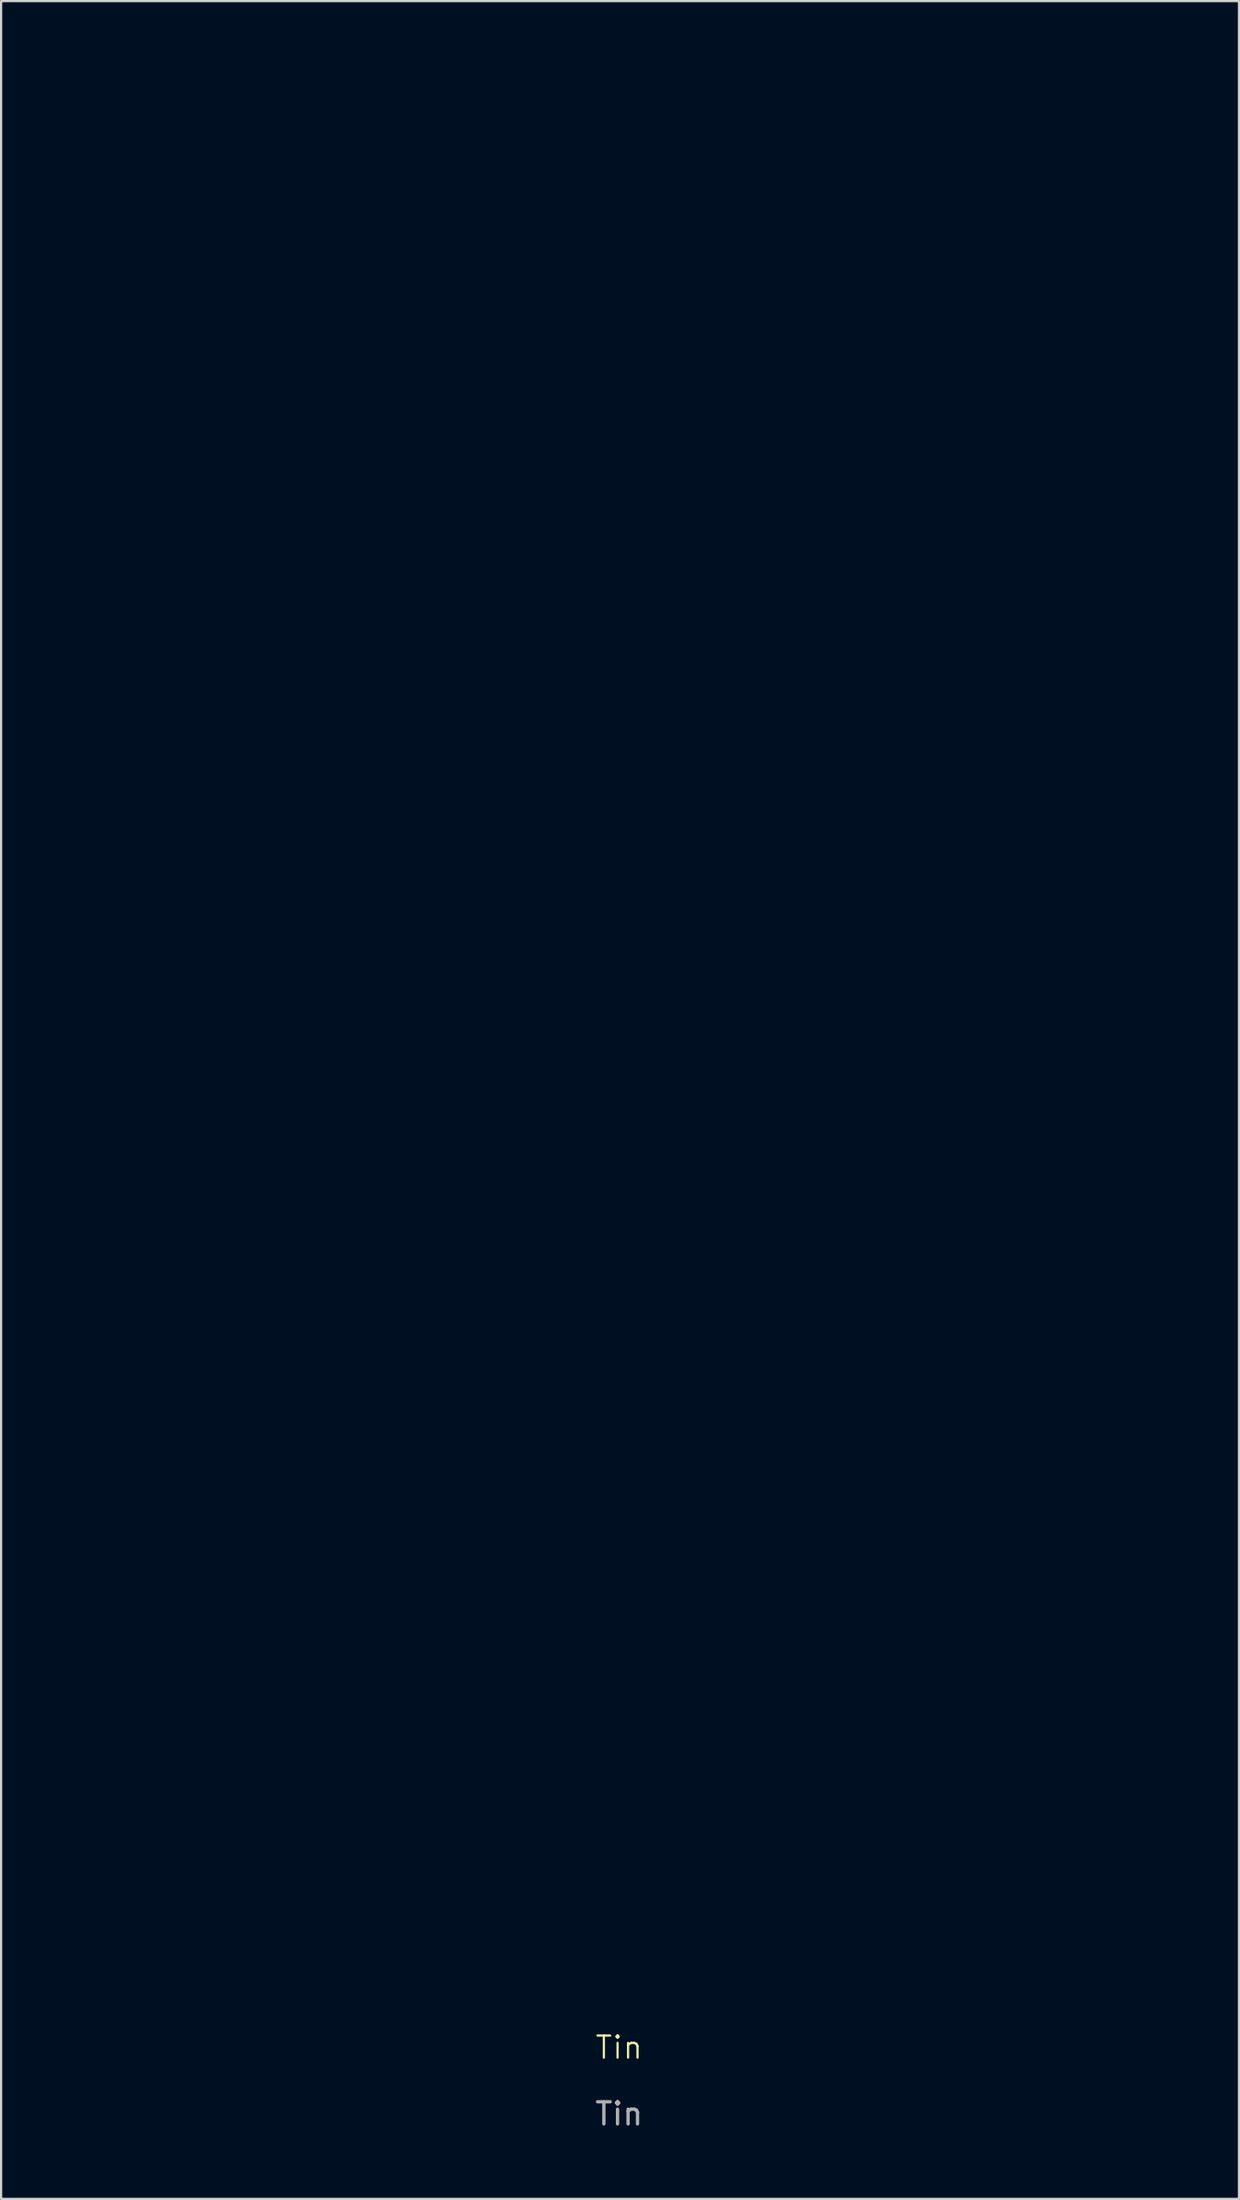
<source format=kicad_pcb>
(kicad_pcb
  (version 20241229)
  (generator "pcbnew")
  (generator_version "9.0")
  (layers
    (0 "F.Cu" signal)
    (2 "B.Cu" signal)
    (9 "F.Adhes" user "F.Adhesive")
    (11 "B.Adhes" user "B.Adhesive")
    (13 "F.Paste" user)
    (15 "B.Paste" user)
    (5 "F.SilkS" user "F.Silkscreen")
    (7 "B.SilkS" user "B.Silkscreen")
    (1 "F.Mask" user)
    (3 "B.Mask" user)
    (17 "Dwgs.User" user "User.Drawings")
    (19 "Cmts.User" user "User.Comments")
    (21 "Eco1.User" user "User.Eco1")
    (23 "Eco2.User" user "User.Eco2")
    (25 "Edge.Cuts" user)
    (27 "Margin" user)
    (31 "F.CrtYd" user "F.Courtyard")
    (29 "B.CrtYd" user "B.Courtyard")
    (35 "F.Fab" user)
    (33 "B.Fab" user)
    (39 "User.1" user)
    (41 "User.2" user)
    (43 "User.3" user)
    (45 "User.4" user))
  (footprint "Tin"
    (layer "F.Cu")
    (at 24.977 90.068)
    (property "Reference" "Tin" (at 0 -0.5 0) (unlocked yes) (layer "F.SilkS") (effects (font (size 1 1) (thickness 0.1))))
    (attr smd)
    (fp_poly (pts (xy -13.72 -90.055) (xy -13.56 -89.937) (xy -13.53 -89.906) (xy -13.502 -89.859) (xy -13.476 -89.786) (xy -13.45 -89.676) (xy -13.424 -89.52) (xy -13.397 -89.306) (xy -13.368 -89.024) (xy -13.336 -88.664) (xy -13.301 -88.215) (xy -13.26 -87.667) (xy -13.214 -87.01) (xy -13.162 -86.232) (xy -13.102 -85.324) (xy -13.034 -84.275) (xy -12.957 -83.075) (xy -12.898 -82.152) (xy -12.826 -81.032) (xy -12.757 -79.963) (xy -12.692 -78.955) (xy -12.631 -78.02) (xy -12.574 -77.171) (xy -12.524 -76.42) (xy -12.481 -75.777) (xy -12.445 -75.255) (xy -12.417 -74.867) (xy -12.398 -74.623) (xy -12.39 -74.535) (xy -12.389 -74.535) (xy -12.378 -74.621) (xy -12.353 -74.86) (xy -12.315 -75.239) (xy -12.265 -75.744) (xy -12.206 -76.358) (xy -12.138 -77.068) (xy -12.062 -77.86) (xy -11.982 -78.718) (xy -11.897 -79.628) (xy -11.892 -79.675) (xy -11.793 -80.736) (xy -11.708 -81.642) (xy -11.634 -82.405) (xy -11.571 -83.037) (xy -11.517 -83.552) (xy -11.47 -83.961) (xy -11.429 -84.279) (xy -11.393 -84.517) (xy -11.359 -84.688) (xy -11.326 -84.806) (xy -11.293 -84.882) (xy -11.257 -84.93) (xy -11.244 -84.942) (xy -11.078 -85.064) (xy -10.952 -85.07) (xy -10.802 -84.979) (xy -10.761 -84.928) (xy -10.719 -84.827) (xy -10.674 -84.661) (xy -10.624 -84.415) (xy -10.567 -84.076) (xy -10.5 -83.626) (xy -10.42 -83.053) (xy -10.325 -82.341) (xy -10.217 -81.513) (xy -10.121 -80.782) (xy -10.032 -80.106) (xy -9.952 -79.505) (xy -9.883 -78.995) (xy -9.826 -78.593) (xy -9.786 -78.318) (xy -9.764 -78.188) (xy -9.761 -78.179) (xy -9.743 -78.265) (xy -9.701 -78.499) (xy -9.638 -78.864) (xy -9.557 -79.341) (xy -9.462 -79.912) (xy -9.355 -80.558) (xy -9.239 -81.261) (xy -9.222 -81.37) (xy -9.103 -82.085) (xy -8.99 -82.749) (xy -8.885 -83.343) (xy -8.792 -83.848) (xy -8.714 -84.246) (xy -8.656 -84.516) (xy -8.62 -84.641) (xy -8.617 -84.645) (xy -8.448 -84.737) (xy -8.231 -84.734) (xy -8.056 -84.639) (xy -8.052 -84.634) (xy -8.019 -84.526) (xy -7.967 -84.27) (xy -7.9 -83.883) (xy -7.821 -83.387) (xy -7.732 -82.8) (xy -7.637 -82.14) (xy -7.538 -81.429) (xy -7.528 -81.353) (xy -7.431 -80.637) (xy -7.338 -79.971) (xy -7.254 -79.374) (xy -7.181 -78.866) (xy -7.121 -78.466) (xy -7.078 -78.193) (xy -7.054 -78.067) (xy -7.053 -78.063) (xy -7.023 -78.105) (xy -6.966 -78.292) (xy -6.887 -78.604) (xy -6.792 -79.018) (xy -6.685 -79.514) (xy -6.613 -79.859) (xy -6.473 -80.539) (xy -6.355 -81.069) (xy -6.254 -81.464) (xy -6.162 -81.741) (xy -6.072 -81.916) (xy -5.979 -82.005) (xy -5.875 -82.024) (xy -5.753 -81.99) (xy -5.727 -81.978) (xy -5.63 -81.91) (xy -5.537 -81.779) (xy -5.433 -81.561) (xy -5.307 -81.23) (xy -5.163 -80.808) (xy -5.003 -80.35) (xy -4.876 -80.033) (xy -4.786 -79.865) (xy -4.739 -79.85) (xy -4.688 -79.964) (xy -4.587 -80.208) (xy -4.447 -80.555) (xy -4.279 -80.977) (xy -4.111 -81.402) (xy -3.926 -81.869) (xy -3.756 -82.284) (xy -3.613 -82.621) (xy -3.509 -82.852) (xy -3.458 -82.948) (xy -3.278 -83.049) (xy -3.06 -83.032) (xy -2.877 -82.904) (xy -2.851 -82.868) (xy -2.79 -82.727) (xy -2.691 -82.454) (xy -2.565 -82.079) (xy -2.421 -81.63) (xy -2.282 -81.177) (xy -2.137 -80.707) (xy -2.007 -80.302) (xy -1.898 -79.987) (xy -1.821 -79.786) (xy -1.783 -79.723) (xy -1.783 -79.723) (xy -1.754 -79.815) (xy -1.697 -80.051) (xy -1.617 -80.41) (xy -1.517 -80.87) (xy -1.404 -81.409) (xy -1.281 -82.005) (xy -1.27 -82.061) (xy -1.128 -82.754) (xy -1.012 -83.299) (xy -0.917 -83.715) (xy -0.84 -84.018) (xy -0.774 -84.229) (xy -0.714 -84.365) (xy -0.657 -84.444) (xy -0.626 -84.469) (xy -0.476 -84.54) (xy -0.343 -84.497) (xy -0.262 -84.436) (xy -0.21 -84.386) (xy -0.167 -84.317) (xy -0.128 -84.209) (xy -0.092 -84.045) (xy -0.055 -83.808) (xy -0.016 -83.48) (xy 0.029 -83.044) (xy 0.081 -82.481) (xy 0.144 -81.773) (xy 0.173 -81.449) (xy 0.232 -80.774) (xy 0.287 -80.154) (xy 0.335 -79.609) (xy 0.376 -79.159) (xy 0.406 -78.823) (xy 0.425 -78.621) (xy 0.43 -78.571) (xy 0.446 -78.641) (xy 0.488 -78.858) (xy 0.551 -79.205) (xy 0.633 -79.662) (xy 0.73 -80.211) (xy 0.839 -80.831) (xy 0.924 -81.322) (xy 1.066 -82.143) (xy 1.183 -82.813) (xy 1.278 -83.348) (xy 1.355 -83.763) (xy 1.418 -84.074) (xy 1.471 -84.296) (xy 1.518 -84.445) (xy 1.562 -84.538) (xy 1.608 -84.588) (xy 1.659 -84.613) (xy 1.719 -84.628) (xy 1.744 -84.634) (xy 1.858 -84.656) (xy 1.953 -84.65) (xy 2.032 -84.598) (xy 2.101 -84.487) (xy 2.162 -84.3) (xy 2.221 -84.022) (xy 2.28 -83.637) (xy 2.345 -83.129) (xy 2.419 -82.483) (xy 2.501 -81.739) (xy 2.572 -81.075) (xy 2.638 -80.458) (xy 2.696 -79.913) (xy 2.744 -79.459) (xy 2.779 -79.119) (xy 2.8 -78.914) (xy 2.804 -78.867) (xy 2.811 -78.794) (xy 2.823 -78.778) (xy 2.841 -78.831) (xy 2.868 -78.966) (xy 2.906 -79.199) (xy 2.957 -79.54) (xy 3.022 -80.005) (xy 3.105 -80.605) (xy 3.208 -81.355) (xy 3.254 -81.693) (xy 3.371 -82.542) (xy 3.473 -83.232) (xy 3.559 -83.769) (xy 3.632 -84.162) (xy 3.693 -84.42) (xy 3.743 -84.549) (xy 3.753 -84.561) (xy 3.929 -84.64) (xy 4.141 -84.623) (xy 4.309 -84.523) (xy 4.345 -84.463) (xy 4.366 -84.355) (xy 4.405 -84.097) (xy 4.46 -83.71) (xy 4.528 -83.213) (xy 4.607 -82.624) (xy 4.693 -81.964) (xy 4.785 -81.251) (xy 4.796 -81.165) (xy 4.887 -80.454) (xy 4.972 -79.799) (xy 5.049 -79.219) (xy 5.114 -78.732) (xy 5.166 -78.355) (xy 5.202 -78.108) (xy 5.22 -78.008) (xy 5.221 -78.006) (xy 5.241 -78.091) (xy 5.288 -78.322) (xy 5.356 -78.677) (xy 5.443 -79.135) (xy 5.545 -79.675) (xy 5.656 -80.275) (xy 5.678 -80.394) (xy 5.796 -81.015) (xy 5.91 -81.588) (xy 6.015 -82.091) (xy 6.107 -82.5) (xy 6.18 -82.792) (xy 6.23 -82.944) (xy 6.235 -82.952) (xy 6.383 -83.097) (xy 6.519 -83.143) (xy 6.643 -83.114) (xy 6.749 -83.013) (xy 6.845 -82.823) (xy 6.938 -82.523) (xy 7.036 -82.093) (xy 7.146 -81.516) (xy 7.151 -81.492) (xy 7.233 -81.04) (xy 7.308 -80.642) (xy 7.369 -80.33) (xy 7.41 -80.136) (xy 7.42 -80.095) (xy 7.46 -80.119) (xy 7.537 -80.279) (xy 7.64 -80.549) (xy 7.757 -80.899) (xy 7.936 -81.459) (xy 8.075 -81.878) (xy 8.183 -82.177) (xy 8.27 -82.378) (xy 8.343 -82.5) (xy 8.412 -82.567) (xy 8.469 -82.593) (xy 8.644 -82.619) (xy 8.786 -82.561) (xy 8.909 -82.398) (xy 9.025 -82.112) (xy 9.149 -81.683) (xy 9.187 -81.533) (xy 9.281 -81.166) (xy 9.362 -80.871) (xy 9.421 -80.681) (xy 9.449 -80.625) (xy 9.474 -80.712) (xy 9.529 -80.942) (xy 9.609 -81.292) (xy 9.709 -81.738) (xy 9.823 -82.257) (xy 9.906 -82.639) (xy 10.054 -83.31) (xy 10.175 -83.831) (xy 10.275 -84.22) (xy 10.359 -84.493) (xy 10.431 -84.668) (xy 10.496 -84.761) (xy 10.501 -84.765) (xy 10.71 -84.86) (xy 10.914 -84.829) (xy 11.049 -84.681) (xy 11.049 -84.679) (xy 11.067 -84.572) (xy 11.099 -84.321) (xy 11.141 -83.951) (xy 11.192 -83.486) (xy 11.248 -82.952) (xy 11.308 -82.372) (xy 11.369 -81.771) (xy 11.429 -81.175) (xy 11.484 -80.608) (xy 11.532 -80.094) (xy 11.571 -79.658) (xy 11.599 -79.326) (xy 11.61 -79.163) (xy 11.624 -79.035) (xy 11.645 -79.068) (xy 11.656 -79.121) (xy 11.671 -79.234) (xy 11.7 -79.5) (xy 11.743 -79.904) (xy 11.797 -80.431) (xy 11.862 -81.065) (xy 11.935 -81.79) (xy 12.016 -82.592) (xy 12.102 -83.454) (xy 12.183 -84.262) (xy 12.3 -85.434) (xy 12.407 -86.46) (xy 12.502 -87.337) (xy 12.585 -88.062) (xy 12.655 -88.63) (xy 12.713 -89.039) (xy 12.757 -89.286) (xy 12.783 -89.363) (xy 12.96 -89.471) (xy 13.18 -89.481) (xy 13.355 -89.392) (xy 13.359 -89.387) (xy 13.379 -89.288) (xy 13.411 -89.033) (xy 13.454 -88.635) (xy 13.507 -88.105) (xy 13.568 -87.458) (xy 13.636 -86.705) (xy 13.71 -85.859) (xy 13.79 -84.934) (xy 13.873 -83.941) (xy 13.959 -82.893) (xy 14.007 -82.296) (xy 14.093 -81.224) (xy 14.176 -80.201) (xy 14.254 -79.24) (xy 14.326 -78.351) (xy 14.392 -77.549) (xy 14.45 -76.846) (xy 14.499 -76.254) (xy 14.539 -75.787) (xy 14.568 -75.456) (xy 14.584 -75.274) (xy 14.588 -75.242) (xy 14.598 -75.312) (xy 14.619 -75.538) (xy 14.65 -75.907) (xy 14.691 -76.404) (xy 14.741 -77.017) (xy 14.797 -77.732) (xy 14.86 -78.536) (xy 14.928 -79.417) (xy 15 -80.359) (xy 15.054 -81.084) (xy 15.141 -82.228) (xy 15.216 -83.215) (xy 15.281 -84.057) (xy 15.338 -84.766) (xy 15.387 -85.354) (xy 15.429 -85.833) (xy 15.467 -86.214) (xy 15.5 -86.509) (xy 15.531 -86.731) (xy 15.56 -86.891) (xy 15.59 -87.001) (xy 15.62 -87.074) (xy 15.652 -87.121) (xy 15.676 -87.143) (xy 15.844 -87.265) (xy 15.97 -87.272) (xy 16.122 -87.18) (xy 16.156 -87.142) (xy 16.187 -87.073) (xy 16.217 -86.959) (xy 16.247 -86.787) (xy 16.277 -86.543) (xy 16.31 -86.215) (xy 16.347 -85.788) (xy 16.388 -85.251) (xy 16.436 -84.589) (xy 16.491 -83.79) (xy 16.555 -82.839) (xy 16.581 -82.46) (xy 16.638 -81.6) (xy 16.693 -80.796) (xy 16.745 -80.065) (xy 16.791 -79.419) (xy 16.832 -78.874) (xy 16.865 -78.445) (xy 16.89 -78.147) (xy 16.906 -77.994) (xy 16.911 -77.978) (xy 16.929 -78.096) (xy 16.965 -78.356) (xy 17.017 -78.732) (xy 17.08 -79.196) (xy 17.15 -79.724) (xy 17.181 -79.95) (xy 17.257 -80.496) (xy 17.334 -80.989) (xy 17.405 -81.403) (xy 17.467 -81.712) (xy 17.515 -81.89) (xy 17.529 -81.919) (xy 17.715 -82.032) (xy 17.927 -81.996) (xy 18.054 -81.894) (xy 18.122 -81.758) (xy 18.212 -81.492) (xy 18.313 -81.134) (xy 18.415 -80.721) (xy 18.427 -80.666) (xy 18.52 -80.265) (xy 18.603 -79.932) (xy 18.668 -79.696) (xy 18.707 -79.59) (xy 18.711 -79.587) (xy 18.771 -79.655) (xy 18.879 -79.831) (xy 18.965 -79.989) (xy 19.177 -80.391) (xy 21.759 -80.416) (xy 22.423 -80.421) (xy 23.047 -80.422) (xy 23.607 -80.419) (xy 24.08 -80.414) (xy 24.44 -80.405) (xy 24.663 -80.394) (xy 24.701 -80.39) (xy 25.061 -80.338) (xy 25.061 -79.954) (xy 25.061 -79.569) (xy 22.373 -79.631) (xy 19.685 -79.692) (xy 19.305 -78.915) (xy 19.083 -78.478) (xy 18.907 -78.18) (xy 18.759 -78.002) (xy 18.624 -77.924) (xy 18.485 -77.927) (xy 18.463 -77.934) (xy 18.331 -78) (xy 18.231 -78.122) (xy 18.147 -78.333) (xy 18.064 -78.667) (xy 18.031 -78.821) (xy 17.972 -79.083) (xy 17.924 -79.251) (xy 17.896 -79.288) (xy 17.896 -79.287) (xy 17.88 -79.186) (xy 17.846 -78.938) (xy 17.795 -78.562) (xy 17.731 -78.08) (xy 17.657 -77.512) (xy 17.575 -76.877) (xy 17.521 -76.454) (xy 17.421 -75.698) (xy 17.327 -75.028) (xy 17.24 -74.46) (xy 17.165 -74.009) (xy 17.102 -73.693) (xy 17.056 -73.526) (xy 17.049 -73.512) (xy 16.905 -73.368) (xy 16.775 -73.321) (xy 16.685 -73.326) (xy 16.608 -73.35) (xy 16.543 -73.407) (xy 16.487 -73.511) (xy 16.438 -73.677) (xy 16.393 -73.917) (xy 16.351 -74.247) (xy 16.309 -74.68) (xy 16.265 -75.231) (xy 16.216 -75.913) (xy 16.161 -76.741) (xy 16.119 -77.385) (xy 16.069 -78.158) (xy 16.02 -78.869) (xy 15.976 -79.504) (xy 15.936 -80.047) (xy 15.903 -80.481) (xy 15.877 -80.791) (xy 15.859 -80.96) (xy 15.852 -80.984) (xy 15.842 -80.872) (xy 15.82 -80.605) (xy 15.788 -80.2) (xy 15.746 -79.669) (xy 15.696 -79.028) (xy 15.639 -78.291) (xy 15.576 -77.474) (xy 15.508 -76.59) (xy 15.436 -75.654) (xy 15.413 -75.353) (xy 15.341 -74.405) (xy 15.27 -73.505) (xy 15.203 -72.667) (xy 15.141 -71.906) (xy 15.085 -71.236) (xy 15.036 -70.673) (xy 14.996 -70.23) (xy 14.965 -69.922) (xy 14.945 -69.764) (xy 14.942 -69.747) (xy 14.805 -69.588) (xy 14.603 -69.535) (xy 14.402 -69.59) (xy 14.268 -69.748) (xy 14.254 -69.852) (xy 14.227 -70.112) (xy 14.188 -70.516) (xy 14.14 -71.051) (xy 14.082 -71.704) (xy 14.017 -72.464) (xy 13.945 -73.318) (xy 13.866 -74.252) (xy 13.784 -75.255) (xy 13.697 -76.315) (xy 13.632 -77.117) (xy 13.544 -78.206) (xy 13.459 -79.246) (xy 13.379 -80.225) (xy 13.304 -81.129) (xy 13.236 -81.948) (xy 13.175 -82.669) (xy 13.123 -83.279) (xy 13.08 -83.767) (xy 13.048 -84.119) (xy 13.028 -84.324) (xy 13.021 -84.374) (xy 13.008 -84.297) (xy 12.979 -84.067) (xy 12.938 -83.697) (xy 12.884 -83.203) (xy 12.82 -82.599) (xy 12.747 -81.899) (xy 12.667 -81.119) (xy 12.582 -80.273) (xy 12.502 -79.477) (xy 12.411 -78.58) (xy 12.323 -77.731) (xy 12.239 -76.947) (xy 12.16 -76.242) (xy 12.09 -75.632) (xy 12.029 -75.132) (xy 11.979 -74.757) (xy 11.942 -74.523) (xy 11.922 -74.445) (xy 11.75 -74.351) (xy 11.53 -74.355) (xy 11.354 -74.454) (xy 11.351 -74.457) (xy 11.32 -74.569) (xy 11.276 -74.837) (xy 11.221 -75.246) (xy 11.157 -75.783) (xy 11.085 -76.434) (xy 11.008 -77.187) (xy 10.926 -78.026) (xy 10.917 -78.119) (xy 10.845 -78.877) (xy 10.777 -79.583) (xy 10.715 -80.219) (xy 10.661 -80.767) (xy 10.616 -81.21) (xy 10.583 -81.529) (xy 10.563 -81.706) (xy 10.558 -81.736) (xy 10.533 -81.682) (xy 10.481 -81.487) (xy 10.406 -81.174) (xy 10.314 -80.768) (xy 10.212 -80.297) (xy 10.075 -79.673) (xy 9.96 -79.198) (xy 9.858 -78.853) (xy 9.765 -78.619) (xy 9.671 -78.478) (xy 9.571 -78.413) (xy 9.494 -78.401) (xy 9.351 -78.435) (xy 9.227 -78.55) (xy 9.112 -78.767) (xy 8.995 -79.107) (xy 8.866 -79.59) (xy 8.841 -79.692) (xy 8.745 -80.068) (xy 8.657 -80.368) (xy 8.586 -80.564) (xy 8.543 -80.625) (xy 8.541 -80.623) (xy 8.496 -80.524) (xy 8.412 -80.293) (xy 8.3 -79.962) (xy 8.172 -79.562) (xy 8.127 -79.417) (xy 7.955 -78.877) (xy 7.817 -78.48) (xy 7.701 -78.204) (xy 7.597 -78.029) (xy 7.494 -77.933) (xy 7.379 -77.896) (xy 7.325 -77.893) (xy 7.204 -77.909) (xy 7.108 -77.971) (xy 7.027 -78.102) (xy 6.953 -78.327) (xy 6.876 -78.667) (xy 6.785 -79.147) (xy 6.762 -79.277) (xy 6.688 -79.678) (xy 6.619 -80.011) (xy 6.564 -80.244) (xy 6.527 -80.346) (xy 6.524 -80.349) (xy 6.497 -80.269) (xy 6.444 -80.042) (xy 6.369 -79.689) (xy 6.276 -79.229) (xy 6.169 -78.682) (xy 6.053 -78.069) (xy 5.995 -77.755) (xy 5.845 -76.96) (xy 5.711 -76.29) (xy 5.596 -75.753) (xy 5.501 -75.357) (xy 5.429 -75.113) (xy 5.39 -75.034) (xy 5.202 -74.949) (xy 4.99 -74.982) (xy 4.824 -75.113) (xy 4.782 -75.206) (xy 4.76 -75.334) (xy 4.72 -75.607) (xy 4.665 -76.007) (xy 4.597 -76.512) (xy 4.519 -77.1) (xy 4.434 -77.75) (xy 4.372 -78.232) (xy 4.285 -78.894) (xy 4.203 -79.492) (xy 4.128 -80.008) (xy 4.063 -80.423) (xy 4.011 -80.719) (xy 3.975 -80.88) (xy 3.958 -80.899) (xy 3.935 -80.776) (xy 3.893 -80.507) (xy 3.836 -80.112) (xy 3.765 -79.614) (xy 3.685 -79.032) (xy 3.598 -78.39) (xy 3.544 -77.986) (xy 3.436 -77.178) (xy 3.344 -76.522) (xy 3.264 -76.004) (xy 3.192 -75.609) (xy 3.124 -75.321) (xy 3.054 -75.126) (xy 2.98 -75.007) (xy 2.896 -74.95) (xy 2.798 -74.94) (xy 2.683 -74.961) (xy 2.483 -75.078) (xy 2.415 -75.206) (xy 2.396 -75.333) (xy 2.363 -75.608) (xy 2.317 -76.009) (xy 2.26 -76.515) (xy 2.196 -77.106) (xy 2.126 -77.76) (xy 2.072 -78.274) (xy 2.001 -78.956) (xy 1.934 -79.584) (xy 1.874 -80.139) (xy 1.824 -80.6) (xy 1.785 -80.949) (xy 1.759 -81.165) (xy 1.75 -81.228) (xy 1.732 -81.165) (xy 1.689 -80.954) (xy 1.625 -80.612) (xy 1.544 -80.158) (xy 1.448 -79.61) (xy 1.341 -78.987) (xy 1.241 -78.391) (xy 1.124 -77.699) (xy 1.012 -77.049) (xy 0.909 -76.465) (xy 0.819 -75.967) (xy 0.746 -75.577) (xy 0.694 -75.315) (xy 0.669 -75.214) (xy 0.536 -74.985) (xy 0.346 -74.899) (xy 0.129 -74.969) (xy 0.087 -75.001) (xy 0.041 -75.052) (xy 0.001 -75.133) (xy -0.036 -75.262) (xy -0.072 -75.455) (xy -0.11 -75.729) (xy -0.152 -76.101) (xy -0.2 -76.587) (xy -0.257 -77.206) (xy -0.324 -77.973) (xy -0.339 -78.143) (xy -0.399 -78.837) (xy -0.456 -79.475) (xy -0.507 -80.039) (xy -0.551 -80.509) (xy -0.585 -80.866) (xy -0.609 -81.092) (xy -0.62 -81.166) (xy -0.642 -81.094) (xy -0.691 -80.88) (xy -0.761 -80.549) (xy -0.848 -80.124) (xy -0.946 -79.631) (xy -0.968 -79.52) (xy -1.072 -79.001) (xy -1.169 -78.533) (xy -1.255 -78.144) (xy -1.323 -77.861) (xy -1.366 -77.712) (xy -1.37 -77.703) (xy -1.517 -77.585) (xy -1.693 -77.555) (xy -1.918 -77.606) (xy -2.019 -77.703) (xy -2.066 -77.825) (xy -2.153 -78.084) (xy -2.272 -78.452) (xy -2.414 -78.904) (xy -2.572 -79.414) (xy -2.625 -79.587) (xy -2.783 -80.103) (xy -2.926 -80.564) (xy -3.046 -80.947) (xy -3.136 -81.225) (xy -3.187 -81.375) (xy -3.194 -81.393) (xy -3.236 -81.34) (xy -3.33 -81.152) (xy -3.464 -80.85) (xy -3.63 -80.458) (xy -3.816 -79.998) (xy -3.85 -79.915) (xy -4.099 -79.305) (xy -4.31 -78.824) (xy -4.479 -78.481) (xy -4.602 -78.287) (xy -4.639 -78.251) (xy -4.805 -78.179) (xy -4.952 -78.211) (xy -5.091 -78.363) (xy -5.237 -78.65) (xy -5.401 -79.086) (xy -5.425 -79.156) (xy -5.546 -79.491) (xy -5.652 -79.744) (xy -5.731 -79.886) (xy -5.766 -79.901) (xy -5.796 -79.794) (xy -5.852 -79.543) (xy -5.932 -79.17) (xy -6.029 -78.698) (xy -6.139 -78.149) (xy -6.258 -77.545) (xy -6.27 -77.481) (xy -6.394 -76.861) (xy -6.513 -76.298) (xy -6.622 -75.813) (xy -6.715 -75.429) (xy -6.789 -75.167) (xy -6.836 -75.048) (xy -6.838 -75.047) (xy -7.045 -74.938) (xy -7.257 -74.982) (xy -7.393 -75.121) (xy -7.432 -75.248) (xy -7.489 -75.526) (xy -7.56 -75.934) (xy -7.644 -76.453) (xy -7.736 -77.066) (xy -7.834 -77.753) (xy -7.92 -78.381) (xy -8.015 -79.077) (xy -8.104 -79.714) (xy -8.187 -80.274) (xy -8.259 -80.74) (xy -8.317 -81.093) (xy -8.36 -81.314) (xy -8.384 -81.387) (xy -8.385 -81.386) (xy -8.41 -81.291) (xy -8.458 -81.047) (xy -8.526 -80.674) (xy -8.611 -80.191) (xy -8.708 -79.617) (xy -8.815 -78.971) (xy -8.928 -78.274) (xy -9.042 -77.571) (xy -9.151 -76.917) (xy -9.251 -76.333) (xy -9.339 -75.836) (xy -9.412 -75.448) (xy -9.465 -75.189) (xy -9.495 -75.078) (xy -9.641 -74.961) (xy -9.86 -74.936) (xy -10.063 -75.005) (xy -10.107 -75.098) (xy -10.163 -75.332) (xy -10.233 -75.713) (xy -10.316 -76.245) (xy -10.415 -76.934) (xy -10.529 -77.785) (xy -10.55 -77.946) (xy -10.659 -78.782) (xy -10.749 -79.462) (xy -10.822 -79.997) (xy -10.88 -80.398) (xy -10.924 -80.677) (xy -10.956 -80.845) (xy -10.978 -80.914) (xy -10.992 -80.896) (xy -11 -80.801) (xy -11 -80.79) (xy -11.01 -80.634) (xy -11.035 -80.331) (xy -11.073 -79.896) (xy -11.122 -79.348) (xy -11.18 -78.704) (xy -11.247 -77.982) (xy -11.319 -77.198) (xy -11.397 -76.37) (xy -11.477 -75.515) (xy -11.559 -74.651) (xy -11.64 -73.796) (xy -11.719 -72.965) (xy -11.795 -72.178) (xy -11.866 -71.451) (xy -11.929 -70.801) (xy -11.985 -70.246) (xy -12.03 -69.804) (xy -12.063 -69.491) (xy -12.083 -69.325) (xy -12.086 -69.309) (xy -12.191 -69.035) (xy -12.358 -68.896) (xy -12.564 -68.906) (xy -12.692 -68.986) (xy -12.722 -69.018) (xy -12.75 -69.067) (xy -12.776 -69.144) (xy -12.801 -69.259) (xy -12.827 -69.424) (xy -12.854 -69.647) (xy -12.884 -69.94) (xy -12.916 -70.313) (xy -12.953 -70.776) (xy -12.994 -71.34) (xy -13.041 -72.016) (xy -13.095 -72.813) (xy -13.156 -73.742) (xy -13.225 -74.813) (xy -13.303 -76.038) (xy -13.351 -76.778) (xy -13.422 -77.897) (xy -13.491 -78.965) (xy -13.557 -79.971) (xy -13.618 -80.902) (xy -13.674 -81.747) (xy -13.724 -82.495) (xy -13.768 -83.133) (xy -13.804 -83.65) (xy -13.832 -84.034) (xy -13.85 -84.273) (xy -13.859 -84.356) (xy -13.86 -84.355) (xy -13.871 -84.261) (xy -13.896 -84.012) (xy -13.933 -83.624) (xy -13.981 -83.112) (xy -14.039 -82.489) (xy -14.105 -81.77) (xy -14.178 -80.971) (xy -14.256 -80.105) (xy -14.339 -79.188) (xy -14.349 -79.079) (xy -14.433 -78.152) (xy -14.513 -77.272) (xy -14.589 -76.454) (xy -14.658 -75.713) (xy -14.72 -75.063) (xy -14.772 -74.521) (xy -14.814 -74.101) (xy -14.844 -73.817) (xy -14.86 -73.686) (xy -14.861 -73.682) (xy -14.979 -73.507) (xy -15.121 -73.439) (xy -15.22 -73.416) (xy -15.305 -73.41) (xy -15.379 -73.434) (xy -15.444 -73.501) (xy -15.502 -73.623) (xy -15.558 -73.812) (xy -15.612 -74.083) (xy -15.669 -74.446) (xy -15.729 -74.916) (xy -15.797 -75.505) (xy -15.874 -76.226) (xy -15.964 -77.092) (xy -16.055 -77.978) (xy -16.141 -78.817) (xy -16.223 -79.605) (xy -16.298 -80.327) (xy -16.366 -80.966) (xy -16.424 -81.506) (xy -16.47 -81.931) (xy -16.504 -82.224) (xy -16.523 -82.371) (xy -16.525 -82.383) (xy -16.546 -82.327) (xy -16.592 -82.125) (xy -16.658 -81.797) (xy -16.739 -81.365) (xy -16.833 -80.849) (xy -16.928 -80.307) (xy -17.055 -79.588) (xy -17.162 -79.02) (xy -17.254 -78.588) (xy -17.339 -78.277) (xy -17.42 -78.07) (xy -17.506 -77.951) (xy -17.601 -77.906) (xy -17.711 -77.918) (xy -17.808 -77.956) (xy -17.898 -78.027) (xy -17.999 -78.172) (xy -18.119 -78.412) (xy -18.271 -78.768) (xy -18.463 -79.26) (xy -18.503 -79.366) (xy -18.671 -79.804) (xy -18.82 -80.18) (xy -18.94 -80.469) (xy -19.02 -80.644) (xy -19.047 -80.685) (xy -19.111 -80.618) (xy -19.239 -80.443) (xy -19.405 -80.196) (xy -19.431 -80.156) (xy -19.77 -79.629) (xy -22.373 -79.607) (xy -24.977 -79.584) (xy -24.977 -79.966) (xy -24.977 -80.349) (xy -22.605 -80.349) (xy -20.233 -80.349) (xy -19.819 -81.005) (xy -19.559 -81.413) (xy -19.369 -81.698) (xy -19.232 -81.882) (xy -19.13 -81.986) (xy -19.045 -82.032) (xy -18.967 -82.042) (xy -18.841 -82.021) (xy -18.728 -81.944) (xy -18.615 -81.787) (xy -18.487 -81.528) (xy -18.332 -81.145) (xy -18.21 -80.822) (xy -18.069 -80.449) (xy -17.95 -80.145) (xy -17.864 -79.938) (xy -17.823 -79.858) (xy -17.822 -79.858) (xy -17.803 -79.945) (xy -17.759 -80.178) (xy -17.693 -80.54) (xy -17.608 -81.009) (xy -17.509 -81.568) (xy -17.399 -82.195) (xy -17.315 -82.677) (xy -17.195 -83.352) (xy -17.079 -83.979) (xy -16.97 -84.538) (xy -16.874 -85.008) (xy -16.794 -85.366) (xy -16.735 -85.594) (xy -16.71 -85.662) (xy -16.566 -85.806) (xy -16.437 -85.852) (xy -16.347 -85.846) (xy -16.27 -85.818) (xy -16.204 -85.754) (xy -16.144 -85.641) (xy -16.089 -85.463) (xy -16.035 -85.206) (xy -15.981 -84.857) (xy -15.922 -84.402) (xy -15.856 -83.825) (xy -15.781 -83.114) (xy -15.694 -82.253) (xy -15.658 -81.897) (xy -15.58 -81.131) (xy -15.506 -80.422) (xy -15.438 -79.786) (xy -15.378 -79.239) (xy -15.327 -78.799) (xy -15.288 -78.483) (xy -15.261 -78.307) (xy -15.252 -78.276) (xy -15.238 -78.365) (xy -15.21 -78.608) (xy -15.17 -78.993) (xy -15.119 -79.505) (xy -15.058 -80.131) (xy -14.988 -80.856) (xy -14.912 -81.668) (xy -14.829 -82.552) (xy -14.743 -83.494) (xy -14.689 -84.087) (xy -14.585 -85.224) (xy -14.494 -86.204) (xy -14.416 -87.038) (xy -14.348 -87.74) (xy -14.29 -88.319) (xy -14.24 -88.789) (xy -14.196 -89.16) (xy -14.157 -89.445) (xy -14.123 -89.654) (xy -14.091 -89.801) (xy -14.06 -89.896) (xy -14.029 -89.952) (xy -14.008 -89.972) (xy -13.847 -90.068)) (stroke (width 0) (type solid)) (fill yes) (layer "F.Mask"))
    (fp_poly (pts (xy -13.72 -90.055) (xy -13.56 -89.937) (xy -13.53 -89.906) (xy -13.502 -89.859) (xy -13.476 -89.786) (xy -13.45 -89.676) (xy -13.424 -89.52) (xy -13.397 -89.306) (xy -13.368 -89.024) (xy -13.336 -88.664) (xy -13.301 -88.215) (xy -13.26 -87.667) (xy -13.214 -87.01) (xy -13.162 -86.232) (xy -13.102 -85.324) (xy -13.034 -84.275) (xy -12.957 -83.075) (xy -12.898 -82.152) (xy -12.826 -81.032) (xy -12.757 -79.963) (xy -12.692 -78.955) (xy -12.631 -78.02) (xy -12.574 -77.171) (xy -12.524 -76.42) (xy -12.481 -75.777) (xy -12.445 -75.255) (xy -12.417 -74.867) (xy -12.398 -74.623) (xy -12.39 -74.535) (xy -12.389 -74.535) (xy -12.378 -74.621) (xy -12.353 -74.86) (xy -12.315 -75.239) (xy -12.265 -75.744) (xy -12.206 -76.358) (xy -12.138 -77.068) (xy -12.062 -77.86) (xy -11.982 -78.718) (xy -11.897 -79.628) (xy -11.892 -79.675) (xy -11.793 -80.736) (xy -11.708 -81.642) (xy -11.634 -82.405) (xy -11.571 -83.037) (xy -11.517 -83.552) (xy -11.47 -83.961) (xy -11.429 -84.279) (xy -11.393 -84.517) (xy -11.359 -84.688) (xy -11.326 -84.806) (xy -11.293 -84.882) (xy -11.257 -84.93) (xy -11.244 -84.942) (xy -11.078 -85.064) (xy -10.952 -85.07) (xy -10.802 -84.979) (xy -10.761 -84.928) (xy -10.719 -84.827) (xy -10.674 -84.661) (xy -10.624 -84.415) (xy -10.567 -84.076) (xy -10.5 -83.626) (xy -10.42 -83.053) (xy -10.325 -82.341) (xy -10.217 -81.513) (xy -10.121 -80.782) (xy -10.032 -80.106) (xy -9.952 -79.505) (xy -9.883 -78.995) (xy -9.826 -78.593) (xy -9.786 -78.318) (xy -9.764 -78.188) (xy -9.761 -78.179) (xy -9.743 -78.265) (xy -9.701 -78.499) (xy -9.638 -78.864) (xy -9.557 -79.341) (xy -9.462 -79.912) (xy -9.355 -80.558) (xy -9.239 -81.261) (xy -9.222 -81.37) (xy -9.103 -82.085) (xy -8.99 -82.749) (xy -8.885 -83.343) (xy -8.792 -83.848) (xy -8.714 -84.246) (xy -8.656 -84.516) (xy -8.62 -84.641) (xy -8.617 -84.645) (xy -8.448 -84.737) (xy -8.231 -84.734) (xy -8.056 -84.639) (xy -8.052 -84.634) (xy -8.019 -84.526) (xy -7.967 -84.27) (xy -7.9 -83.883) (xy -7.821 -83.387) (xy -7.732 -82.8) (xy -7.637 -82.14) (xy -7.538 -81.429) (xy -7.528 -81.353) (xy -7.431 -80.637) (xy -7.338 -79.971) (xy -7.254 -79.374) (xy -7.181 -78.866) (xy -7.121 -78.466) (xy -7.078 -78.193) (xy -7.054 -78.067) (xy -7.053 -78.063) (xy -7.023 -78.105) (xy -6.966 -78.292) (xy -6.887 -78.604) (xy -6.792 -79.018) (xy -6.685 -79.514) (xy -6.613 -79.859) (xy -6.473 -80.539) (xy -6.355 -81.069) (xy -6.254 -81.464) (xy -6.162 -81.741) (xy -6.072 -81.916) (xy -5.979 -82.005) (xy -5.875 -82.024) (xy -5.753 -81.99) (xy -5.727 -81.978) (xy -5.63 -81.91) (xy -5.537 -81.779) (xy -5.433 -81.561) (xy -5.307 -81.23) (xy -5.163 -80.808) (xy -5.003 -80.35) (xy -4.876 -80.033) (xy -4.786 -79.865) (xy -4.739 -79.85) (xy -4.688 -79.964) (xy -4.587 -80.208) (xy -4.447 -80.555) (xy -4.279 -80.977) (xy -4.111 -81.402) (xy -3.926 -81.869) (xy -3.756 -82.284) (xy -3.613 -82.621) (xy -3.509 -82.852) (xy -3.458 -82.948) (xy -3.278 -83.049) (xy -3.06 -83.032) (xy -2.877 -82.904) (xy -2.851 -82.868) (xy -2.79 -82.727) (xy -2.691 -82.454) (xy -2.565 -82.079) (xy -2.421 -81.63) (xy -2.282 -81.177) (xy -2.137 -80.707) (xy -2.007 -80.302) (xy -1.898 -79.987) (xy -1.821 -79.786) (xy -1.783 -79.723) (xy -1.783 -79.723) (xy -1.754 -79.815) (xy -1.697 -80.051) (xy -1.617 -80.41) (xy -1.517 -80.87) (xy -1.404 -81.409) (xy -1.281 -82.005) (xy -1.27 -82.061) (xy -1.128 -82.754) (xy -1.012 -83.299) (xy -0.917 -83.715) (xy -0.84 -84.018) (xy -0.774 -84.229) (xy -0.714 -84.365) (xy -0.657 -84.444) (xy -0.626 -84.469) (xy -0.476 -84.54) (xy -0.343 -84.497) (xy -0.262 -84.436) (xy -0.21 -84.386) (xy -0.167 -84.317) (xy -0.128 -84.209) (xy -0.092 -84.045) (xy -0.055 -83.808) (xy -0.016 -83.48) (xy 0.029 -83.044) (xy 0.081 -82.481) (xy 0.144 -81.773) (xy 0.173 -81.449) (xy 0.232 -80.774) (xy 0.287 -80.154) (xy 0.335 -79.609) (xy 0.376 -79.159) (xy 0.406 -78.823) (xy 0.425 -78.621) (xy 0.43 -78.571) (xy 0.446 -78.641) (xy 0.488 -78.858) (xy 0.551 -79.205) (xy 0.633 -79.662) (xy 0.73 -80.211) (xy 0.839 -80.831) (xy 0.924 -81.322) (xy 1.066 -82.143) (xy 1.183 -82.813) (xy 1.278 -83.348) (xy 1.355 -83.763) (xy 1.418 -84.074) (xy 1.471 -84.296) (xy 1.518 -84.445) (xy 1.562 -84.538) (xy 1.608 -84.588) (xy 1.659 -84.613) (xy 1.719 -84.628) (xy 1.744 -84.634) (xy 1.858 -84.656) (xy 1.953 -84.65) (xy 2.032 -84.598) (xy 2.101 -84.487) (xy 2.162 -84.3) (xy 2.221 -84.022) (xy 2.28 -83.637) (xy 2.345 -83.129) (xy 2.419 -82.483) (xy 2.501 -81.739) (xy 2.572 -81.075) (xy 2.638 -80.458) (xy 2.696 -79.913) (xy 2.744 -79.459) (xy 2.779 -79.119) (xy 2.8 -78.914) (xy 2.804 -78.867) (xy 2.811 -78.794) (xy 2.823 -78.778) (xy 2.841 -78.831) (xy 2.868 -78.966) (xy 2.906 -79.199) (xy 2.957 -79.54) (xy 3.022 -80.005) (xy 3.105 -80.605) (xy 3.208 -81.355) (xy 3.254 -81.693) (xy 3.371 -82.542) (xy 3.473 -83.232) (xy 3.559 -83.769) (xy 3.632 -84.162) (xy 3.693 -84.42) (xy 3.743 -84.549) (xy 3.753 -84.561) (xy 3.929 -84.64) (xy 4.141 -84.623) (xy 4.309 -84.523) (xy 4.345 -84.463) (xy 4.366 -84.355) (xy 4.405 -84.097) (xy 4.46 -83.71) (xy 4.528 -83.213) (xy 4.607 -82.624) (xy 4.693 -81.964) (xy 4.785 -81.251) (xy 4.796 -81.165) (xy 4.887 -80.454) (xy 4.972 -79.799) (xy 5.049 -79.219) (xy 5.114 -78.732) (xy 5.166 -78.355) (xy 5.202 -78.108) (xy 5.22 -78.008) (xy 5.221 -78.006) (xy 5.241 -78.091) (xy 5.288 -78.322) (xy 5.356 -78.677) (xy 5.443 -79.135) (xy 5.545 -79.675) (xy 5.656 -80.275) (xy 5.678 -80.394) (xy 5.796 -81.015) (xy 5.91 -81.588) (xy 6.015 -82.091) (xy 6.107 -82.5) (xy 6.18 -82.792) (xy 6.23 -82.944) (xy 6.235 -82.952) (xy 6.383 -83.097) (xy 6.519 -83.143) (xy 6.643 -83.114) (xy 6.749 -83.013) (xy 6.845 -82.823) (xy 6.938 -82.523) (xy 7.036 -82.093) (xy 7.146 -81.516) (xy 7.151 -81.492) (xy 7.233 -81.04) (xy 7.308 -80.642) (xy 7.369 -80.33) (xy 7.41 -80.136) (xy 7.42 -80.095) (xy 7.46 -80.119) (xy 7.537 -80.279) (xy 7.64 -80.549) (xy 7.757 -80.899) (xy 7.936 -81.459) (xy 8.075 -81.878) (xy 8.183 -82.177) (xy 8.27 -82.378) (xy 8.343 -82.5) (xy 8.412 -82.567) (xy 8.469 -82.593) (xy 8.644 -82.619) (xy 8.786 -82.561) (xy 8.909 -82.398) (xy 9.025 -82.112) (xy 9.149 -81.683) (xy 9.187 -81.533) (xy 9.281 -81.166) (xy 9.362 -80.871) (xy 9.421 -80.681) (xy 9.449 -80.625) (xy 9.474 -80.712) (xy 9.529 -80.942) (xy 9.609 -81.292) (xy 9.709 -81.738) (xy 9.823 -82.257) (xy 9.906 -82.639) (xy 10.054 -83.31) (xy 10.175 -83.831) (xy 10.275 -84.22) (xy 10.359 -84.493) (xy 10.431 -84.668) (xy 10.496 -84.761) (xy 10.501 -84.765) (xy 10.71 -84.86) (xy 10.914 -84.829) (xy 11.049 -84.681) (xy 11.049 -84.679) (xy 11.067 -84.572) (xy 11.099 -84.321) (xy 11.141 -83.951) (xy 11.192 -83.486) (xy 11.248 -82.952) (xy 11.308 -82.372) (xy 11.369 -81.771) (xy 11.429 -81.175) (xy 11.484 -80.608) (xy 11.532 -80.094) (xy 11.571 -79.658) (xy 11.599 -79.326) (xy 11.61 -79.163) (xy 11.624 -79.035) (xy 11.645 -79.068) (xy 11.656 -79.121) (xy 11.671 -79.234) (xy 11.7 -79.5) (xy 11.743 -79.904) (xy 11.797 -80.431) (xy 11.862 -81.065) (xy 11.935 -81.79) (xy 12.016 -82.592) (xy 12.102 -83.454) (xy 12.183 -84.262) (xy 12.3 -85.434) (xy 12.407 -86.46) (xy 12.502 -87.337) (xy 12.585 -88.062) (xy 12.655 -88.63) (xy 12.713 -89.039) (xy 12.757 -89.286) (xy 12.783 -89.363) (xy 12.96 -89.471) (xy 13.18 -89.481) (xy 13.355 -89.392) (xy 13.359 -89.387) (xy 13.379 -89.288) (xy 13.411 -89.033) (xy 13.454 -88.635) (xy 13.507 -88.105) (xy 13.568 -87.458) (xy 13.636 -86.705) (xy 13.71 -85.859) (xy 13.79 -84.934) (xy 13.873 -83.941) (xy 13.959 -82.893) (xy 14.007 -82.296) (xy 14.093 -81.224) (xy 14.176 -80.201) (xy 14.254 -79.24) (xy 14.326 -78.351) (xy 14.392 -77.549) (xy 14.45 -76.846) (xy 14.499 -76.254) (xy 14.539 -75.787) (xy 14.568 -75.456) (xy 14.584 -75.274) (xy 14.588 -75.242) (xy 14.598 -75.312) (xy 14.619 -75.538) (xy 14.65 -75.907) (xy 14.691 -76.404) (xy 14.741 -77.017) (xy 14.797 -77.732) (xy 14.86 -78.536) (xy 14.928 -79.417) (xy 15 -80.359) (xy 15.054 -81.084) (xy 15.141 -82.228) (xy 15.216 -83.215) (xy 15.281 -84.057) (xy 15.338 -84.766) (xy 15.387 -85.354) (xy 15.429 -85.833) (xy 15.467 -86.214) (xy 15.5 -86.509) (xy 15.531 -86.731) (xy 15.56 -86.891) (xy 15.59 -87.001) (xy 15.62 -87.074) (xy 15.652 -87.121) (xy 15.676 -87.143) (xy 15.844 -87.265) (xy 15.97 -87.272) (xy 16.122 -87.18) (xy 16.156 -87.142) (xy 16.187 -87.073) (xy 16.217 -86.959) (xy 16.247 -86.787) (xy 16.277 -86.543) (xy 16.31 -86.215) (xy 16.347 -85.788) (xy 16.388 -85.251) (xy 16.436 -84.589) (xy 16.491 -83.79) (xy 16.555 -82.839) (xy 16.581 -82.46) (xy 16.638 -81.6) (xy 16.693 -80.796) (xy 16.745 -80.065) (xy 16.791 -79.419) (xy 16.832 -78.874) (xy 16.865 -78.445) (xy 16.89 -78.147) (xy 16.906 -77.994) (xy 16.911 -77.978) (xy 16.929 -78.096) (xy 16.965 -78.356) (xy 17.017 -78.732) (xy 17.08 -79.196) (xy 17.15 -79.724) (xy 17.181 -79.95) (xy 17.257 -80.496) (xy 17.334 -80.989) (xy 17.405 -81.403) (xy 17.467 -81.712) (xy 17.515 -81.89) (xy 17.529 -81.919) (xy 17.715 -82.032) (xy 17.927 -81.996) (xy 18.054 -81.894) (xy 18.122 -81.758) (xy 18.212 -81.492) (xy 18.313 -81.134) (xy 18.415 -80.721) (xy 18.427 -80.666) (xy 18.52 -80.265) (xy 18.603 -79.932) (xy 18.668 -79.696) (xy 18.707 -79.59) (xy 18.711 -79.587) (xy 18.771 -79.655) (xy 18.879 -79.831) (xy 18.965 -79.989) (xy 19.177 -80.391) (xy 21.759 -80.416) (xy 22.423 -80.421) (xy 23.047 -80.422) (xy 23.607 -80.419) (xy 24.08 -80.414) (xy 24.44 -80.405) (xy 24.663 -80.394) (xy 24.701 -80.39) (xy 25.061 -80.338) (xy 25.061 -79.954) (xy 25.061 -79.569) (xy 22.373 -79.631) (xy 19.685 -79.692) (xy 19.305 -78.915) (xy 19.083 -78.478) (xy 18.907 -78.18) (xy 18.759 -78.002) (xy 18.624 -77.924) (xy 18.485 -77.927) (xy 18.463 -77.934) (xy 18.331 -78) (xy 18.231 -78.122) (xy 18.147 -78.333) (xy 18.064 -78.667) (xy 18.031 -78.821) (xy 17.972 -79.083) (xy 17.924 -79.251) (xy 17.896 -79.288) (xy 17.896 -79.287) (xy 17.88 -79.186) (xy 17.846 -78.938) (xy 17.795 -78.562) (xy 17.731 -78.08) (xy 17.657 -77.512) (xy 17.575 -76.877) (xy 17.521 -76.454) (xy 17.421 -75.698) (xy 17.327 -75.028) (xy 17.24 -74.46) (xy 17.165 -74.009) (xy 17.102 -73.693) (xy 17.056 -73.526) (xy 17.049 -73.512) (xy 16.905 -73.368) (xy 16.775 -73.321) (xy 16.685 -73.326) (xy 16.608 -73.35) (xy 16.543 -73.407) (xy 16.487 -73.511) (xy 16.438 -73.677) (xy 16.393 -73.917) (xy 16.351 -74.247) (xy 16.309 -74.68) (xy 16.265 -75.231) (xy 16.216 -75.913) (xy 16.161 -76.741) (xy 16.119 -77.385) (xy 16.069 -78.158) (xy 16.02 -78.869) (xy 15.976 -79.504) (xy 15.936 -80.047) (xy 15.903 -80.481) (xy 15.877 -80.791) (xy 15.859 -80.96) (xy 15.852 -80.984) (xy 15.842 -80.872) (xy 15.82 -80.605) (xy 15.788 -80.2) (xy 15.746 -79.669) (xy 15.696 -79.028) (xy 15.639 -78.291) (xy 15.576 -77.474) (xy 15.508 -76.59) (xy 15.436 -75.654) (xy 15.413 -75.353) (xy 15.341 -74.405) (xy 15.27 -73.505) (xy 15.203 -72.667) (xy 15.141 -71.906) (xy 15.085 -71.236) (xy 15.036 -70.673) (xy 14.996 -70.23) (xy 14.965 -69.922) (xy 14.945 -69.764) (xy 14.942 -69.747) (xy 14.805 -69.588) (xy 14.603 -69.535) (xy 14.402 -69.59) (xy 14.268 -69.748) (xy 14.254 -69.852) (xy 14.227 -70.112) (xy 14.188 -70.516) (xy 14.14 -71.051) (xy 14.082 -71.704) (xy 14.017 -72.464) (xy 13.945 -73.318) (xy 13.866 -74.252) (xy 13.784 -75.255) (xy 13.697 -76.315) (xy 13.632 -77.117) (xy 13.544 -78.206) (xy 13.459 -79.246) (xy 13.379 -80.225) (xy 13.304 -81.129) (xy 13.236 -81.948) (xy 13.175 -82.669) (xy 13.123 -83.279) (xy 13.08 -83.767) (xy 13.048 -84.119) (xy 13.028 -84.324) (xy 13.021 -84.374) (xy 13.008 -84.297) (xy 12.979 -84.067) (xy 12.938 -83.697) (xy 12.884 -83.203) (xy 12.82 -82.599) (xy 12.747 -81.899) (xy 12.667 -81.119) (xy 12.582 -80.273) (xy 12.502 -79.477) (xy 12.411 -78.58) (xy 12.323 -77.731) (xy 12.239 -76.947) (xy 12.16 -76.242) (xy 12.09 -75.632) (xy 12.029 -75.132) (xy 11.979 -74.757) (xy 11.942 -74.523) (xy 11.922 -74.445) (xy 11.75 -74.351) (xy 11.53 -74.355) (xy 11.354 -74.454) (xy 11.351 -74.457) (xy 11.32 -74.569) (xy 11.276 -74.837) (xy 11.221 -75.246) (xy 11.157 -75.783) (xy 11.085 -76.434) (xy 11.008 -77.187) (xy 10.926 -78.026) (xy 10.917 -78.119) (xy 10.845 -78.877) (xy 10.777 -79.583) (xy 10.715 -80.219) (xy 10.661 -80.767) (xy 10.616 -81.21) (xy 10.583 -81.529) (xy 10.563 -81.706) (xy 10.558 -81.736) (xy 10.533 -81.682) (xy 10.481 -81.487) (xy 10.406 -81.174) (xy 10.314 -80.768) (xy 10.212 -80.297) (xy 10.075 -79.673) (xy 9.96 -79.198) (xy 9.858 -78.853) (xy 9.765 -78.619) (xy 9.671 -78.478) (xy 9.571 -78.413) (xy 9.494 -78.401) (xy 9.351 -78.435) (xy 9.227 -78.55) (xy 9.112 -78.767) (xy 8.995 -79.107) (xy 8.866 -79.59) (xy 8.841 -79.692) (xy 8.745 -80.068) (xy 8.657 -80.368) (xy 8.586 -80.564) (xy 8.543 -80.625) (xy 8.541 -80.623) (xy 8.496 -80.524) (xy 8.412 -80.293) (xy 8.3 -79.962) (xy 8.172 -79.562) (xy 8.127 -79.417) (xy 7.955 -78.877) (xy 7.817 -78.48) (xy 7.701 -78.204) (xy 7.597 -78.029) (xy 7.494 -77.933) (xy 7.379 -77.896) (xy 7.325 -77.893) (xy 7.204 -77.909) (xy 7.108 -77.971) (xy 7.027 -78.102) (xy 6.953 -78.327) (xy 6.876 -78.667) (xy 6.785 -79.147) (xy 6.762 -79.277) (xy 6.688 -79.678) (xy 6.619 -80.011) (xy 6.564 -80.244) (xy 6.527 -80.346) (xy 6.524 -80.349) (xy 6.497 -80.269) (xy 6.444 -80.042) (xy 6.369 -79.689) (xy 6.276 -79.229) (xy 6.169 -78.682) (xy 6.053 -78.069) (xy 5.995 -77.755) (xy 5.845 -76.96) (xy 5.711 -76.29) (xy 5.596 -75.753) (xy 5.501 -75.357) (xy 5.429 -75.113) (xy 5.39 -75.034) (xy 5.202 -74.949) (xy 4.99 -74.982) (xy 4.824 -75.113) (xy 4.782 -75.206) (xy 4.76 -75.334) (xy 4.72 -75.607) (xy 4.665 -76.007) (xy 4.597 -76.512) (xy 4.519 -77.1) (xy 4.434 -77.75) (xy 4.372 -78.232) (xy 4.285 -78.894) (xy 4.203 -79.492) (xy 4.128 -80.008) (xy 4.063 -80.423) (xy 4.011 -80.719) (xy 3.975 -80.88) (xy 3.958 -80.899) (xy 3.935 -80.776) (xy 3.893 -80.507) (xy 3.836 -80.112) (xy 3.765 -79.614) (xy 3.685 -79.032) (xy 3.598 -78.39) (xy 3.544 -77.986) (xy 3.436 -77.178) (xy 3.344 -76.522) (xy 3.264 -76.004) (xy 3.192 -75.609) (xy 3.124 -75.321) (xy 3.054 -75.126) (xy 2.98 -75.007) (xy 2.896 -74.95) (xy 2.798 -74.94) (xy 2.683 -74.961) (xy 2.483 -75.078) (xy 2.415 -75.206) (xy 2.396 -75.333) (xy 2.363 -75.608) (xy 2.317 -76.009) (xy 2.26 -76.515) (xy 2.196 -77.106) (xy 2.126 -77.76) (xy 2.072 -78.274) (xy 2.001 -78.956) (xy 1.934 -79.584) (xy 1.874 -80.139) (xy 1.824 -80.6) (xy 1.785 -80.949) (xy 1.759 -81.165) (xy 1.75 -81.228) (xy 1.732 -81.165) (xy 1.689 -80.954) (xy 1.625 -80.612) (xy 1.544 -80.158) (xy 1.448 -79.61) (xy 1.341 -78.987) (xy 1.241 -78.391) (xy 1.124 -77.699) (xy 1.012 -77.049) (xy 0.909 -76.465) (xy 0.819 -75.967) (xy 0.746 -75.577) (xy 0.694 -75.315) (xy 0.669 -75.214) (xy 0.536 -74.985) (xy 0.346 -74.899) (xy 0.129 -74.969) (xy 0.087 -75.001) (xy 0.041 -75.052) (xy 0.001 -75.133) (xy -0.036 -75.262) (xy -0.072 -75.455) (xy -0.11 -75.729) (xy -0.152 -76.101) (xy -0.2 -76.587) (xy -0.257 -77.206) (xy -0.324 -77.973) (xy -0.339 -78.143) (xy -0.399 -78.837) (xy -0.456 -79.475) (xy -0.507 -80.039) (xy -0.551 -80.509) (xy -0.585 -80.866) (xy -0.609 -81.092) (xy -0.62 -81.166) (xy -0.642 -81.094) (xy -0.691 -80.88) (xy -0.761 -80.549) (xy -0.848 -80.124) (xy -0.946 -79.631) (xy -0.968 -79.52) (xy -1.072 -79.001) (xy -1.169 -78.533) (xy -1.255 -78.144) (xy -1.323 -77.861) (xy -1.366 -77.712) (xy -1.37 -77.703) (xy -1.517 -77.585) (xy -1.693 -77.555) (xy -1.918 -77.606) (xy -2.019 -77.703) (xy -2.066 -77.825) (xy -2.153 -78.084) (xy -2.272 -78.452) (xy -2.414 -78.904) (xy -2.572 -79.414) (xy -2.625 -79.587) (xy -2.783 -80.103) (xy -2.926 -80.564) (xy -3.046 -80.947) (xy -3.136 -81.225) (xy -3.187 -81.375) (xy -3.194 -81.393) (xy -3.236 -81.34) (xy -3.33 -81.152) (xy -3.464 -80.85) (xy -3.63 -80.458) (xy -3.816 -79.998) (xy -3.85 -79.915) (xy -4.099 -79.305) (xy -4.31 -78.824) (xy -4.479 -78.481) (xy -4.602 -78.287) (xy -4.639 -78.251) (xy -4.805 -78.179) (xy -4.952 -78.211) (xy -5.091 -78.363) (xy -5.237 -78.65) (xy -5.401 -79.086) (xy -5.425 -79.156) (xy -5.546 -79.491) (xy -5.652 -79.744) (xy -5.731 -79.886) (xy -5.766 -79.901) (xy -5.796 -79.794) (xy -5.852 -79.543) (xy -5.932 -79.17) (xy -6.029 -78.698) (xy -6.139 -78.149) (xy -6.258 -77.545) (xy -6.27 -77.481) (xy -6.394 -76.861) (xy -6.513 -76.298) (xy -6.622 -75.813) (xy -6.715 -75.429) (xy -6.789 -75.167) (xy -6.836 -75.048) (xy -6.838 -75.047) (xy -7.045 -74.938) (xy -7.257 -74.982) (xy -7.393 -75.121) (xy -7.432 -75.248) (xy -7.489 -75.526) (xy -7.56 -75.934) (xy -7.644 -76.453) (xy -7.736 -77.066) (xy -7.834 -77.753) (xy -7.92 -78.381) (xy -8.015 -79.077) (xy -8.104 -79.714) (xy -8.187 -80.274) (xy -8.259 -80.74) (xy -8.317 -81.093) (xy -8.36 -81.314) (xy -8.384 -81.387) (xy -8.385 -81.386) (xy -8.41 -81.291) (xy -8.458 -81.047) (xy -8.526 -80.674) (xy -8.611 -80.191) (xy -8.708 -79.617) (xy -8.815 -78.971) (xy -8.928 -78.274) (xy -9.042 -77.571) (xy -9.151 -76.917) (xy -9.251 -76.333) (xy -9.339 -75.836) (xy -9.412 -75.448) (xy -9.465 -75.189) (xy -9.495 -75.078) (xy -9.641 -74.961) (xy -9.86 -74.936) (xy -10.063 -75.005) (xy -10.107 -75.098) (xy -10.163 -75.332) (xy -10.233 -75.713) (xy -10.316 -76.245) (xy -10.415 -76.934) (xy -10.529 -77.785) (xy -10.55 -77.946) (xy -10.659 -78.782) (xy -10.749 -79.462) (xy -10.822 -79.997) (xy -10.88 -80.398) (xy -10.924 -80.677) (xy -10.956 -80.845) (xy -10.978 -80.914) (xy -10.992 -80.896) (xy -11 -80.801) (xy -11 -80.79) (xy -11.01 -80.634) (xy -11.035 -80.331) (xy -11.073 -79.896) (xy -11.122 -79.348) (xy -11.18 -78.704) (xy -11.247 -77.982) (xy -11.319 -77.198) (xy -11.397 -76.37) (xy -11.477 -75.515) (xy -11.559 -74.651) (xy -11.64 -73.796) (xy -11.719 -72.965) (xy -11.795 -72.178) (xy -11.866 -71.451) (xy -11.929 -70.801) (xy -11.985 -70.246) (xy -12.03 -69.804) (xy -12.063 -69.491) (xy -12.083 -69.325) (xy -12.086 -69.309) (xy -12.191 -69.035) (xy -12.358 -68.896) (xy -12.564 -68.906) (xy -12.692 -68.986) (xy -12.722 -69.018) (xy -12.75 -69.067) (xy -12.776 -69.144) (xy -12.801 -69.259) (xy -12.827 -69.424) (xy -12.854 -69.647) (xy -12.884 -69.94) (xy -12.916 -70.313) (xy -12.953 -70.776) (xy -12.994 -71.34) (xy -13.041 -72.016) (xy -13.095 -72.813) (xy -13.156 -73.742) (xy -13.225 -74.813) (xy -13.303 -76.038) (xy -13.351 -76.778) (xy -13.422 -77.897) (xy -13.491 -78.965) (xy -13.557 -79.971) (xy -13.618 -80.902) (xy -13.674 -81.747) (xy -13.724 -82.495) (xy -13.768 -83.133) (xy -13.804 -83.65) (xy -13.832 -84.034) (xy -13.85 -84.273) (xy -13.859 -84.356) (xy -13.86 -84.355) (xy -13.871 -84.261) (xy -13.896 -84.012) (xy -13.933 -83.624) (xy -13.981 -83.112) (xy -14.039 -82.489) (xy -14.105 -81.77) (xy -14.178 -80.971) (xy -14.256 -80.105) (xy -14.339 -79.188) (xy -14.349 -79.079) (xy -14.433 -78.152) (xy -14.513 -77.272) (xy -14.589 -76.454) (xy -14.658 -75.713) (xy -14.72 -75.063) (xy -14.772 -74.521) (xy -14.814 -74.101) (xy -14.844 -73.817) (xy -14.86 -73.686) (xy -14.861 -73.682) (xy -14.979 -73.507) (xy -15.121 -73.439) (xy -15.22 -73.416) (xy -15.305 -73.41) (xy -15.379 -73.434) (xy -15.444 -73.501) (xy -15.502 -73.623) (xy -15.558 -73.812) (xy -15.612 -74.083) (xy -15.669 -74.446) (xy -15.729 -74.916) (xy -15.797 -75.505) (xy -15.874 -76.226) (xy -15.964 -77.092) (xy -16.055 -77.978) (xy -16.141 -78.817) (xy -16.223 -79.605) (xy -16.298 -80.327) (xy -16.366 -80.966) (xy -16.424 -81.506) (xy -16.47 -81.931) (xy -16.504 -82.224) (xy -16.523 -82.371) (xy -16.525 -82.383) (xy -16.546 -82.327) (xy -16.592 -82.125) (xy -16.658 -81.797) (xy -16.739 -81.365) (xy -16.833 -80.849) (xy -16.928 -80.307) (xy -17.055 -79.588) (xy -17.162 -79.02) (xy -17.254 -78.588) (xy -17.339 -78.277) (xy -17.42 -78.07) (xy -17.506 -77.951) (xy -17.601 -77.906) (xy -17.711 -77.918) (xy -17.808 -77.956) (xy -17.898 -78.027) (xy -17.999 -78.172) (xy -18.119 -78.412) (xy -18.271 -78.768) (xy -18.463 -79.26) (xy -18.503 -79.366) (xy -18.671 -79.804) (xy -18.82 -80.18) (xy -18.94 -80.469) (xy -19.02 -80.644) (xy -19.047 -80.685) (xy -19.111 -80.618) (xy -19.239 -80.443) (xy -19.405 -80.196) (xy -19.431 -80.156) (xy -19.77 -79.629) (xy -22.373 -79.607) (xy -24.977 -79.584) (xy -24.977 -79.966) (xy -24.977 -80.349) (xy -22.605 -80.349) (xy -20.233 -80.349) (xy -19.819 -81.005) (xy -19.559 -81.413) (xy -19.369 -81.698) (xy -19.232 -81.882) (xy -19.13 -81.986) (xy -19.045 -82.032) (xy -18.967 -82.042) (xy -18.841 -82.021) (xy -18.728 -81.944) (xy -18.615 -81.787) (xy -18.487 -81.528) (xy -18.332 -81.145) (xy -18.21 -80.822) (xy -18.069 -80.449) (xy -17.95 -80.145) (xy -17.864 -79.938) (xy -17.823 -79.858) (xy -17.822 -79.858) (xy -17.803 -79.945) (xy -17.759 -80.178) (xy -17.693 -80.54) (xy -17.608 -81.009) (xy -17.509 -81.568) (xy -17.399 -82.195) (xy -17.315 -82.677) (xy -17.195 -83.352) (xy -17.079 -83.979) (xy -16.97 -84.538) (xy -16.874 -85.008) (xy -16.794 -85.366) (xy -16.735 -85.594) (xy -16.71 -85.662) (xy -16.566 -85.806) (xy -16.437 -85.852) (xy -16.347 -85.846) (xy -16.27 -85.818) (xy -16.204 -85.754) (xy -16.144 -85.641) (xy -16.089 -85.463) (xy -16.035 -85.206) (xy -15.981 -84.857) (xy -15.922 -84.402) (xy -15.856 -83.825) (xy -15.781 -83.114) (xy -15.694 -82.253) (xy -15.658 -81.897) (xy -15.58 -81.131) (xy -15.506 -80.422) (xy -15.438 -79.786) (xy -15.378 -79.239) (xy -15.327 -78.799) (xy -15.288 -78.483) (xy -15.261 -78.307) (xy -15.252 -78.276) (xy -15.238 -78.365) (xy -15.21 -78.608) (xy -15.17 -78.993) (xy -15.119 -79.505) (xy -15.058 -80.131) (xy -14.988 -80.856) (xy -14.912 -81.668) (xy -14.829 -82.552) (xy -14.743 -83.494) (xy -14.689 -84.087) (xy -14.585 -85.224) (xy -14.494 -86.204) (xy -14.416 -87.038) (xy -14.348 -87.74) (xy -14.29 -88.319) (xy -14.24 -88.789) (xy -14.196 -89.16) (xy -14.157 -89.445) (xy -14.123 -89.654) (xy -14.091 -89.801) (xy -14.06 -89.896) (xy -14.029 -89.952) (xy -14.008 -89.972) (xy -13.847 -90.068)) (stroke (width 0) (type solid)) (fill yes) (layer "F.Mask"))
    (fp_text user "${REFERENCE}" (at 0 2.5 0) (unlocked yes) (layer "F.Fab") (effects (font (size 1 1) (thickness 0.15)))))
  (gr_rect
    (start -3 -3)
    (end 53.038 96.416)
    (stroke (width 0.1) (type default))
    (fill no)
    (layer "Edge.Cuts")))
</source>
